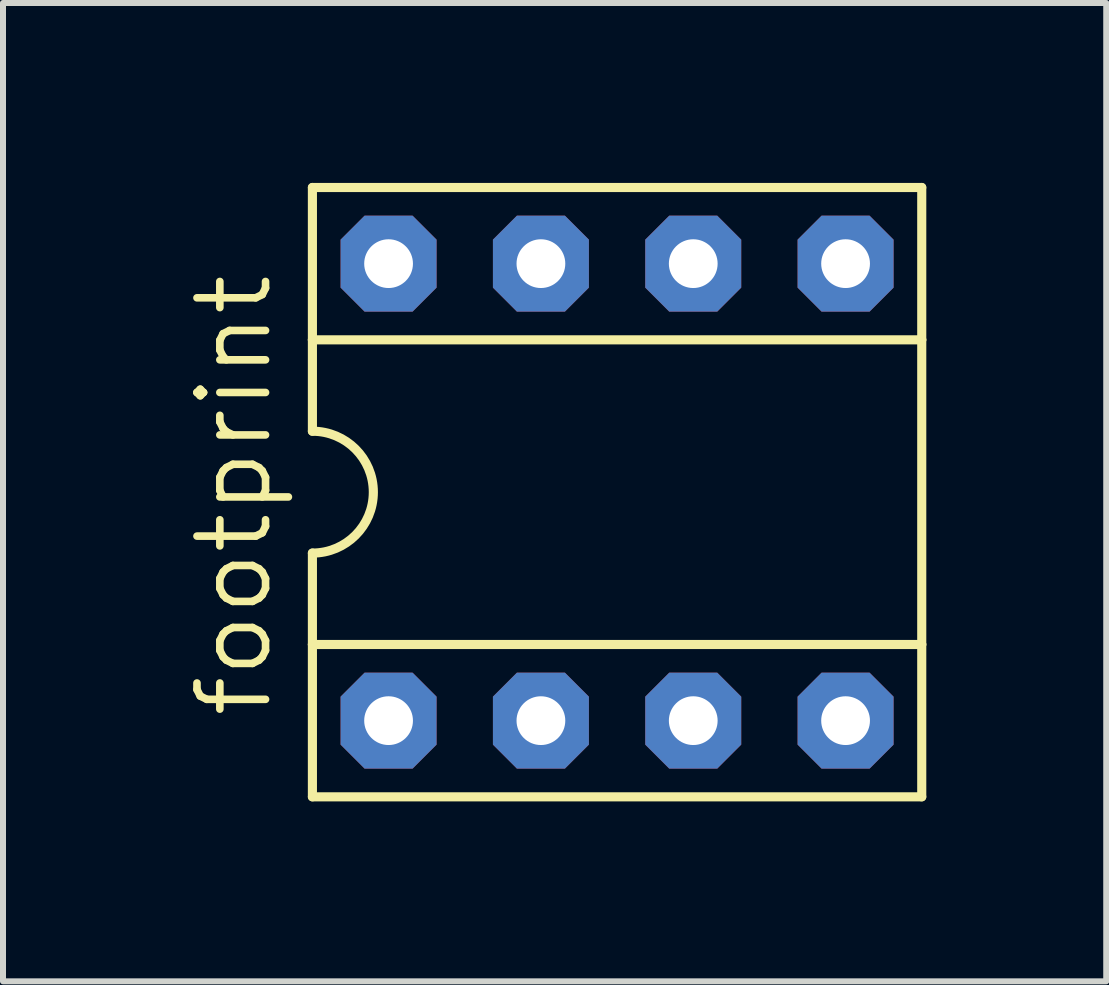
<source format=kicad_pcb>
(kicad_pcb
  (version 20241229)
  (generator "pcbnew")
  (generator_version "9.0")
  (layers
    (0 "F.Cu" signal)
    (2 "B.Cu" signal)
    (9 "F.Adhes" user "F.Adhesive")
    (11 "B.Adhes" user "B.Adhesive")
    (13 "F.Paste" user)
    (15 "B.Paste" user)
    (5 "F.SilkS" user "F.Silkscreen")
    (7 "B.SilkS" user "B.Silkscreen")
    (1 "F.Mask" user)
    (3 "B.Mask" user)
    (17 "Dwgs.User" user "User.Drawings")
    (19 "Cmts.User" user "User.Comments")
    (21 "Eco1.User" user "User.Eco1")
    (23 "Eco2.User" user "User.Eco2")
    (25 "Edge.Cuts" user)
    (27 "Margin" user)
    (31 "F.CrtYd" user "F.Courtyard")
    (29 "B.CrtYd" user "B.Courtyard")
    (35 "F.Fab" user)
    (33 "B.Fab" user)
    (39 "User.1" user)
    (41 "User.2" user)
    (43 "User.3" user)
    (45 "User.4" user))
  (footprint "footprint"
    (layer "F.Cu")
    (at 7.239 5.156)
    (property "Reference" "footprint" (at -5.715 3.81 90) (layer "F.SilkS") (effects (font (size 1.143 1.143) (thickness 0.127)) (justify left bottom)))
    (fp_line (start -5.08 -5.08) (end -5.08 -2.54) (stroke (width 0.152) (type solid)) (layer "F.SilkS"))
    (fp_line (start -5.08 -2.54) (end -5.08 -1.016) (stroke (width 0.152) (type solid)) (layer "F.SilkS"))
    (fp_line (start -5.08 -2.54) (end 5.08 -2.54) (stroke (width 0.152) (type solid)) (layer "F.SilkS"))
    (fp_line (start -5.08 2.54) (end -5.08 1.016) (stroke (width 0.152) (type solid)) (layer "F.SilkS"))
    (fp_line (start -5.08 2.54) (end 5.08 2.54) (stroke (width 0.152) (type solid)) (layer "F.SilkS"))
    (fp_line (start -5.08 5.08) (end -5.08 2.54) (stroke (width 0.152) (type solid)) (layer "F.SilkS"))
    (fp_line (start -5.08 5.08) (end 5.08 5.08) (stroke (width 0.152) (type solid)) (layer "F.SilkS"))
    (fp_line (start 5.08 -5.08) (end -5.08 -5.08) (stroke (width 0.152) (type solid)) (layer "F.SilkS"))
    (fp_line (start 5.08 -5.08) (end 5.08 -2.54) (stroke (width 0.152) (type solid)) (layer "F.SilkS"))
    (fp_line (start 5.08 -2.54) (end 5.08 2.54) (stroke (width 0.152) (type solid)) (layer "F.SilkS"))
    (fp_line (start 5.08 2.54) (end 5.08 5.08) (stroke (width 0.152) (type solid)) (layer "F.SilkS"))
    (fp_arc (start -5.08 -1.016) (mid -4.064 0) (end -5.08 1.016) (stroke (width 0.1524) (type solid)) (layer "F.SilkS"))
    (pad "1" thru_hole roundrect (at -3.81 3.81) (size 1.6 1.6) (drill 0.813) (layers "*.Cu" "*.Mask") (roundrect_rratio 0.25) (chamfer_ratio 0.25) (chamfer top_left top_right bottom_left bottom_right))
    (pad "2" thru_hole roundrect (at -1.27 3.81) (size 1.6 1.6) (drill 0.813) (layers "*.Cu" "*.Mask") (roundrect_rratio 0.25) (chamfer_ratio 0.25) (chamfer top_left top_right bottom_left bottom_right))
    (pad "3" thru_hole roundrect (at 1.27 3.81) (size 1.6 1.6) (drill 0.813) (layers "*.Cu" "*.Mask") (roundrect_rratio 0.25) (chamfer_ratio 0.25) (chamfer top_left top_right bottom_left bottom_right))
    (pad "4" thru_hole roundrect (at 3.81 3.81) (size 1.6 1.6) (drill 0.813) (layers "*.Cu" "*.Mask") (roundrect_rratio 0.25) (chamfer_ratio 0.25) (chamfer top_left top_right bottom_left bottom_right))
    (pad "5" thru_hole roundrect (at 3.81 -3.81) (size 1.6 1.6) (drill 0.813) (layers "*.Cu" "*.Mask") (roundrect_rratio 0.25) (chamfer_ratio 0.25) (chamfer top_left top_right bottom_left bottom_right))
    (pad "6" thru_hole roundrect (at 1.27 -3.81) (size 1.6 1.6) (drill 0.813) (layers "*.Cu" "*.Mask") (roundrect_rratio 0.25) (chamfer_ratio 0.25) (chamfer top_left top_right bottom_left bottom_right))
    (pad "7" thru_hole roundrect (at -1.27 -3.81) (size 1.6 1.6) (drill 0.813) (layers "*.Cu" "*.Mask") (roundrect_rratio 0.25) (chamfer_ratio 0.25) (chamfer top_left top_right bottom_left bottom_right))
    (pad "8" thru_hole roundrect (at -3.81 -3.81) (size 1.6 1.6) (drill 0.813) (layers "*.Cu" "*.Mask") (roundrect_rratio 0.25) (chamfer_ratio 0.25) (chamfer top_left top_right bottom_left bottom_right)))
  (gr_rect
    (start -3 -3)
    (end 15.395 13.312)
    (stroke (width 0.1) (type default))
    (fill no)
    (layer "Edge.Cuts")))
</source>
